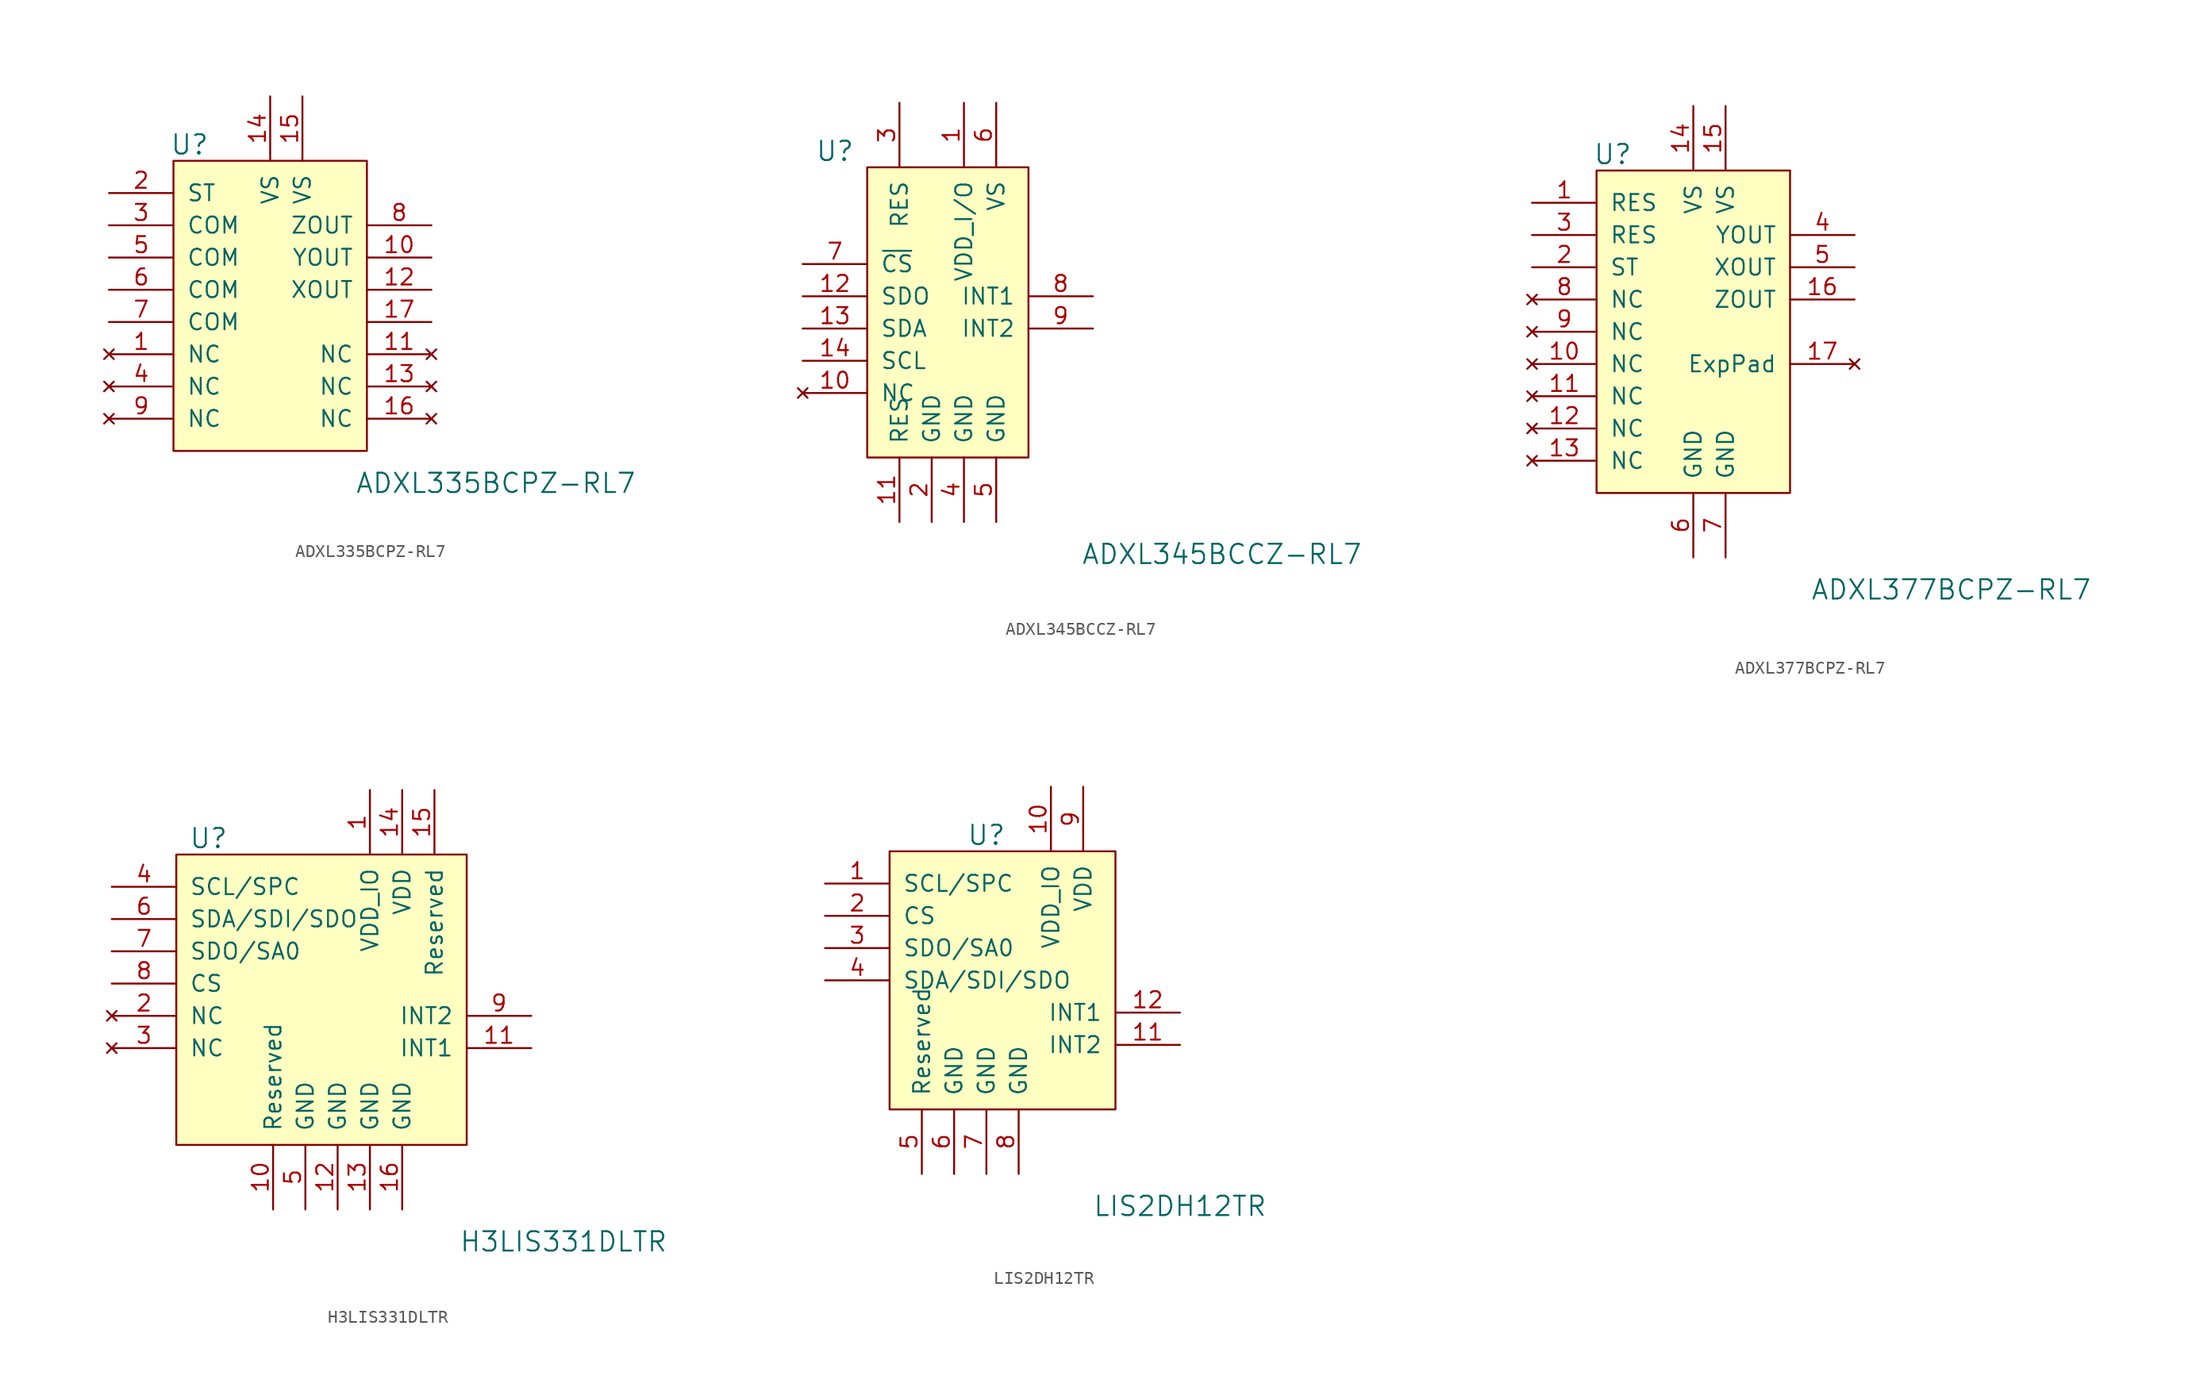
<source format=kicad_sym>
(kicad_symbol_lib
  (version 20201005)
  (generator kicad_symbol_editor)
  (symbol "ADXL335BCPZ-RL7"
    (pin_names
      (offset 1.016))
    (property "Reference" "U"
      (at -6.35 11.43 0)
      (effects (font (size 1.524 1.524))))
    (property "Value" "ADXL335BCPZ-RL7"
      (at 17.78 -15.24 0)
      (effects (font (size 1.524 1.524))))
    (symbol "ADXL335BCPZ-RL7_0_1"
      (rectangle (start -7.62 10.16) (end 7.62 -12.7) (stroke (width 0)) (fill (type background))))
    (symbol "ADXL335BCPZ-RL7_1_1"
      (pin no_connect line (at -12.7 -5.08 0) (length 5.08) (name "NC" (effects (font (size 1.27 1.27)))) (number "1" (effects (font (size 1.27 1.27)))))
      (pin input line (at -12.7 7.62 0) (length 5.08) (name "ST" (effects (font (size 1.27 1.27)))) (number "2" (effects (font (size 1.27 1.27)))))
      (pin input line (at -12.7 5.08 0) (length 5.08) (name "COM" (effects (font (size 1.27 1.27)))) (number "3" (effects (font (size 1.27 1.27)))))
      (pin no_connect line (at -12.7 -7.62 0) (length 5.08) (name "NC" (effects (font (size 1.27 1.27)))) (number "4" (effects (font (size 1.27 1.27)))))
      (pin input line (at -12.7 2.54 0) (length 5.08) (name "COM" (effects (font (size 1.27 1.27)))) (number "5" (effects (font (size 1.27 1.27)))))
      (pin input line (at -12.7 0 0) (length 5.08) (name "COM" (effects (font (size 1.27 1.27)))) (number "6" (effects (font (size 1.27 1.27)))))
      (pin input line (at -12.7 -2.54 0) (length 5.08) (name "COM" (effects (font (size 1.27 1.27)))) (number "7" (effects (font (size 1.27 1.27)))))
      (pin output line (at 12.7 5.08 180) (length 5.08) (name "ZOUT" (effects (font (size 1.27 1.27)))) (number "8" (effects (font (size 1.27 1.27)))))
      (pin no_connect line (at -12.7 -10.16 0) (length 5.08) (name "NC" (effects (font (size 1.27 1.27)))) (number "9" (effects (font (size 1.27 1.27)))))
      (pin output line (at 12.7 2.54 180) (length 5.08) (name "YOUT" (effects (font (size 1.27 1.27)))) (number "10" (effects (font (size 1.27 1.27)))))
      (pin no_connect line (at 12.7 -5.08 180) (length 5.08) (name "NC" (effects (font (size 1.27 1.27)))) (number "11" (effects (font (size 1.27 1.27)))))
      (pin output line (at 12.7 0 180) (length 5.08) (name "XOUT" (effects (font (size 1.27 1.27)))) (number "12" (effects (font (size 1.27 1.27)))))
      (pin no_connect line (at 12.7 -7.62 180) (length 5.08) (name "NC" (effects (font (size 1.27 1.27)))) (number "13" (effects (font (size 1.27 1.27)))))
      (pin power_in line (at 0 15.24 270) (length 5.08) (name "VS" (effects (font (size 1.27 1.27)))) (number "14" (effects (font (size 1.27 1.27)))))
      (pin power_in line (at 2.54 15.24 270) (length 5.08) (name "VS" (effects (font (size 1.27 1.27)))) (number "15" (effects (font (size 1.27 1.27)))))
      (pin no_connect line (at 12.7 -10.16 180) (length 5.08) (name "NC" (effects (font (size 1.27 1.27)))) (number "16" (effects (font (size 1.27 1.27)))))
      (pin unspecified line (at 12.7 -2.54 180) (length 5.08) (name "~" (effects (font (size 1.27 1.27)))) (number "17" (effects (font (size 1.27 1.27)))))))
  (symbol "ADXL345BCCZ-RL7"
    (pin_names
      (offset 1.016))
    (property "Reference" "U"
      (at -7.62 11.43 0)
      (effects (font (size 1.524 1.524))))
    (property "Value" "ADXL345BCCZ-RL7"
      (at 22.86 -20.32 0)
      (effects (font (size 1.524 1.524))))
    (symbol "ADXL345BCCZ-RL7_0_1"
      (rectangle (start -5.08 10.16) (end 7.62 -12.7) (stroke (width 0)) (fill (type background))))
    (symbol "ADXL345BCCZ-RL7_1_1"
      (pin power_in line (at 2.54 15.24 270) (length 5.08) (name "VDD_I/O" (effects (font (size 1.27 1.27)))) (number "1" (effects (font (size 1.27 1.27)))))
      (pin power_in line (at 0 -17.78 90) (length 5.08) (name "GND" (effects (font (size 1.27 1.27)))) (number "2" (effects (font (size 1.27 1.27)))))
      (pin power_in line (at -2.54 15.24 270) (length 5.08) (name "RES" (effects (font (size 1.27 1.27)))) (number "3" (effects (font (size 1.27 1.27)))))
      (pin power_in line (at 2.54 -17.78 90) (length 5.08) (name "GND" (effects (font (size 1.27 1.27)))) (number "4" (effects (font (size 1.27 1.27)))))
      (pin power_in line (at 5.08 -17.78 90) (length 5.08) (name "GND" (effects (font (size 1.27 1.27)))) (number "5" (effects (font (size 1.27 1.27)))))
      (pin power_in line (at 5.08 15.24 270) (length 5.08) (name "VS" (effects (font (size 1.27 1.27)))) (number "6" (effects (font (size 1.27 1.27)))))
      (pin input line (at -10.16 2.54 0) (length 5.08) (name "~CS" (effects (font (size 1.27 1.27)))) (number "7" (effects (font (size 1.27 1.27)))))
      (pin output line (at 12.7 0 180) (length 5.08) (name "INT1" (effects (font (size 1.27 1.27)))) (number "8" (effects (font (size 1.27 1.27)))))
      (pin output line (at 12.7 -2.54 180) (length 5.08) (name "INT2" (effects (font (size 1.27 1.27)))) (number "9" (effects (font (size 1.27 1.27)))))
      (pin no_connect line (at -10.16 -7.62 0) (length 5.08) (name "NC" (effects (font (size 1.27 1.27)))) (number "10" (effects (font (size 1.27 1.27)))))
      (pin power_in line (at -2.54 -17.78 90) (length 5.08) (name "RES" (effects (font (size 1.27 1.27)))) (number "11" (effects (font (size 1.27 1.27)))))
      (pin bidirectional line (at -10.16 0 0) (length 5.08) (name "SDO" (effects (font (size 1.27 1.27)))) (number "12" (effects (font (size 1.27 1.27)))))
      (pin bidirectional line (at -10.16 -2.54 0) (length 5.08) (name "SDA" (effects (font (size 1.27 1.27)))) (number "13" (effects (font (size 1.27 1.27)))))
      (pin bidirectional line (at -10.16 -5.08 0) (length 5.08) (name "SCL" (effects (font (size 1.27 1.27)))) (number "14" (effects (font (size 1.27 1.27)))))))
  (symbol "ADXL377BCPZ-RL7"
    (pin_names
      (offset 1.016))
    (property "Reference" "U"
      (at -6.35 13.97 0)
      (effects (font (size 1.524 1.524))))
    (property "Value" "ADXL377BCPZ-RL7"
      (at 20.32 -20.32 0)
      (effects (font (size 1.524 1.524))))
    (symbol "ADXL377BCPZ-RL7_0_1"
      (rectangle (start -7.62 12.7) (end 7.62 -12.7) (stroke (width 0)) (fill (type background))))
    (symbol "ADXL377BCPZ-RL7_1_1"
      (pin input line (at -12.7 10.16 0) (length 5.08) (name "RES" (effects (font (size 1.27 1.27)))) (number "1" (effects (font (size 1.27 1.27)))))
      (pin input line (at -12.7 5.08 0) (length 5.08) (name "ST" (effects (font (size 1.27 1.27)))) (number "2" (effects (font (size 1.27 1.27)))))
      (pin input line (at -12.7 7.62 0) (length 5.08) (name "RES" (effects (font (size 1.27 1.27)))) (number "3" (effects (font (size 1.27 1.27)))))
      (pin output line (at 12.7 7.62 180) (length 5.08) (name "YOUT" (effects (font (size 1.27 1.27)))) (number "4" (effects (font (size 1.27 1.27)))))
      (pin output line (at 12.7 5.08 180) (length 5.08) (name "XOUT" (effects (font (size 1.27 1.27)))) (number "5" (effects (font (size 1.27 1.27)))))
      (pin power_in line (at 0 -17.78 90) (length 5.08) (name "GND" (effects (font (size 1.27 1.27)))) (number "6" (effects (font (size 1.27 1.27)))))
      (pin power_in line (at 2.54 -17.78 90) (length 5.08) (name "GND" (effects (font (size 1.27 1.27)))) (number "7" (effects (font (size 1.27 1.27)))))
      (pin no_connect line (at -12.7 2.54 0) (length 5.08) (name "NC" (effects (font (size 1.27 1.27)))) (number "8" (effects (font (size 1.27 1.27)))))
      (pin no_connect line (at -12.7 0 0) (length 5.08) (name "NC" (effects (font (size 1.27 1.27)))) (number "9" (effects (font (size 1.27 1.27)))))
      (pin no_connect line (at -12.7 -2.54 0) (length 5.08) (name "NC" (effects (font (size 1.27 1.27)))) (number "10" (effects (font (size 1.27 1.27)))))
      (pin no_connect line (at -12.7 -5.08 0) (length 5.08) (name "NC" (effects (font (size 1.27 1.27)))) (number "11" (effects (font (size 1.27 1.27)))))
      (pin no_connect line (at -12.7 -7.62 0) (length 5.08) (name "NC" (effects (font (size 1.27 1.27)))) (number "12" (effects (font (size 1.27 1.27)))))
      (pin no_connect line (at -12.7 -10.16 0) (length 5.08) (name "NC" (effects (font (size 1.27 1.27)))) (number "13" (effects (font (size 1.27 1.27)))))
      (pin power_in line (at 0 17.78 270) (length 5.08) (name "VS" (effects (font (size 1.27 1.27)))) (number "14" (effects (font (size 1.27 1.27)))))
      (pin power_in line (at 2.54 17.78 270) (length 5.08) (name "VS" (effects (font (size 1.27 1.27)))) (number "15" (effects (font (size 1.27 1.27)))))
      (pin output line (at 12.7 2.54 180) (length 5.08) (name "ZOUT" (effects (font (size 1.27 1.27)))) (number "16" (effects (font (size 1.27 1.27)))))
      (pin no_connect line (at 12.7 -2.54 180) (length 5.08) (name "ExpPad" (effects (font (size 1.27 1.27)))) (number "17" (effects (font (size 1.27 1.27)))))))
  (symbol "H3LIS331DLTR"
    (pin_names
      (offset 1.016))
    (property "Reference" "U"
      (at -7.62 11.43 0)
      (effects (font (size 1.524 1.524))))
    (property "Value" "H3LIS331DLTR"
      (at 20.32 -20.32 0)
      (effects (font (size 1.524 1.524))))
    (symbol "H3LIS331DLTR_0_1"
      (rectangle (start -10.16 -12.7) (end 12.7 10.16) (stroke (width 0)) (fill (type background))))
    (symbol "H3LIS331DLTR_1_1"
      (pin power_in line (at 5.08 15.24 270) (length 5.08) (name "VDD_IO" (effects (font (size 1.27 1.27)))) (number "1" (effects (font (size 1.27 1.27)))))
      (pin no_connect line (at -15.24 -2.54 0) (length 5.08) (name "NC" (effects (font (size 1.27 1.27)))) (number "2" (effects (font (size 1.27 1.27)))))
      (pin no_connect line (at -15.24 -5.08 0) (length 5.08) (name "NC" (effects (font (size 1.27 1.27)))) (number "3" (effects (font (size 1.27 1.27)))))
      (pin input line (at -15.24 7.62 0) (length 5.08) (name "SCL/SPC" (effects (font (size 1.27 1.27)))) (number "4" (effects (font (size 1.27 1.27)))))
      (pin power_in line (at 0 -17.78 90) (length 5.08) (name "GND" (effects (font (size 1.27 1.27)))) (number "5" (effects (font (size 1.27 1.27)))))
      (pin bidirectional line (at -15.24 5.08 0) (length 5.08) (name "SDA/SDI/SDO" (effects (font (size 1.27 1.27)))) (number "6" (effects (font (size 1.27 1.27)))))
      (pin bidirectional line (at -15.24 2.54 0) (length 5.08) (name "SDO/SA0" (effects (font (size 1.27 1.27)))) (number "7" (effects (font (size 1.27 1.27)))))
      (pin input line (at -15.24 0 0) (length 5.08) (name "CS" (effects (font (size 1.27 1.27)))) (number "8" (effects (font (size 1.27 1.27)))))
      (pin output line (at 17.78 -2.54 180) (length 5.08) (name "INT2" (effects (font (size 1.27 1.27)))) (number "9" (effects (font (size 1.27 1.27)))))
      (pin power_in line (at -2.54 -17.78 90) (length 5.08) (name "Reserved" (effects (font (size 1.27 1.27)))) (number "10" (effects (font (size 1.27 1.27)))))
      (pin output line (at 17.78 -5.08 180) (length 5.08) (name "INT1" (effects (font (size 1.27 1.27)))) (number "11" (effects (font (size 1.27 1.27)))))
      (pin power_in line (at 2.54 -17.78 90) (length 5.08) (name "GND" (effects (font (size 1.27 1.27)))) (number "12" (effects (font (size 1.27 1.27)))))
      (pin power_in line (at 5.08 -17.78 90) (length 5.08) (name "GND" (effects (font (size 1.27 1.27)))) (number "13" (effects (font (size 1.27 1.27)))))
      (pin power_in line (at 7.62 15.24 270) (length 5.08) (name "VDD" (effects (font (size 1.27 1.27)))) (number "14" (effects (font (size 1.27 1.27)))))
      (pin power_in line (at 10.16 15.24 270) (length 5.08) (name "Reserved" (effects (font (size 1.27 1.27)))) (number "15" (effects (font (size 1.27 1.27)))))
      (pin power_in line (at 7.62 -17.78 90) (length 5.08) (name "GND" (effects (font (size 1.27 1.27)))) (number "16" (effects (font (size 1.27 1.27)))))))
  (symbol "LIS2DH12TR"
    (pin_names
      (offset 1.016))
    (property "Reference" "U"
      (at -2.54 11.43 0)
      (effects (font (size 1.524 1.524))))
    (property "Value" "LIS2DH12TR"
      (at 12.7 -17.78 0)
      (effects (font (size 1.524 1.524))))
    (symbol "LIS2DH12TR_0_1"
      (rectangle (start -10.16 -10.16) (end 7.62 10.16) (stroke (width 0)) (fill (type background))))
    (symbol "LIS2DH12TR_1_1"
      (pin input line (at -15.24 7.62 0) (length 5.08) (name "SCL/SPC" (effects (font (size 1.27 1.27)))) (number "1" (effects (font (size 1.27 1.27)))))
      (pin input line (at -15.24 5.08 0) (length 5.08) (name "CS" (effects (font (size 1.27 1.27)))) (number "2" (effects (font (size 1.27 1.27)))))
      (pin bidirectional line (at -15.24 2.54 0) (length 5.08) (name "SDO/SA0" (effects (font (size 1.27 1.27)))) (number "3" (effects (font (size 1.27 1.27)))))
      (pin bidirectional line (at -15.24 0 0) (length 5.08) (name "SDA/SDI/SDO" (effects (font (size 1.27 1.27)))) (number "4" (effects (font (size 1.27 1.27)))))
      (pin power_in line (at -7.62 -15.24 90) (length 5.08) (name "Reserved" (effects (font (size 1.27 1.27)))) (number "5" (effects (font (size 1.27 1.27)))))
      (pin power_in line (at -5.08 -15.24 90) (length 5.08) (name "GND" (effects (font (size 1.27 1.27)))) (number "6" (effects (font (size 1.27 1.27)))))
      (pin power_in line (at -2.54 -15.24 90) (length 5.08) (name "GND" (effects (font (size 1.27 1.27)))) (number "7" (effects (font (size 1.27 1.27)))))
      (pin power_in line (at 0 -15.24 90) (length 5.08) (name "GND" (effects (font (size 1.27 1.27)))) (number "8" (effects (font (size 1.27 1.27)))))
      (pin power_in line (at 5.08 15.24 270) (length 5.08) (name "VDD" (effects (font (size 1.27 1.27)))) (number "9" (effects (font (size 1.27 1.27)))))
      (pin power_in line (at 2.54 15.24 270) (length 5.08) (name "VDD_IO" (effects (font (size 1.27 1.27)))) (number "10" (effects (font (size 1.27 1.27)))))
      (pin output line (at 12.7 -5.08 180) (length 5.08) (name "INT2" (effects (font (size 1.27 1.27)))) (number "11" (effects (font (size 1.27 1.27)))))
      (pin output line (at 12.7 -2.54 180) (length 5.08) (name "INT1" (effects (font (size 1.27 1.27)))) (number "12" (effects (font (size 1.27 1.27))))))))
</source>
